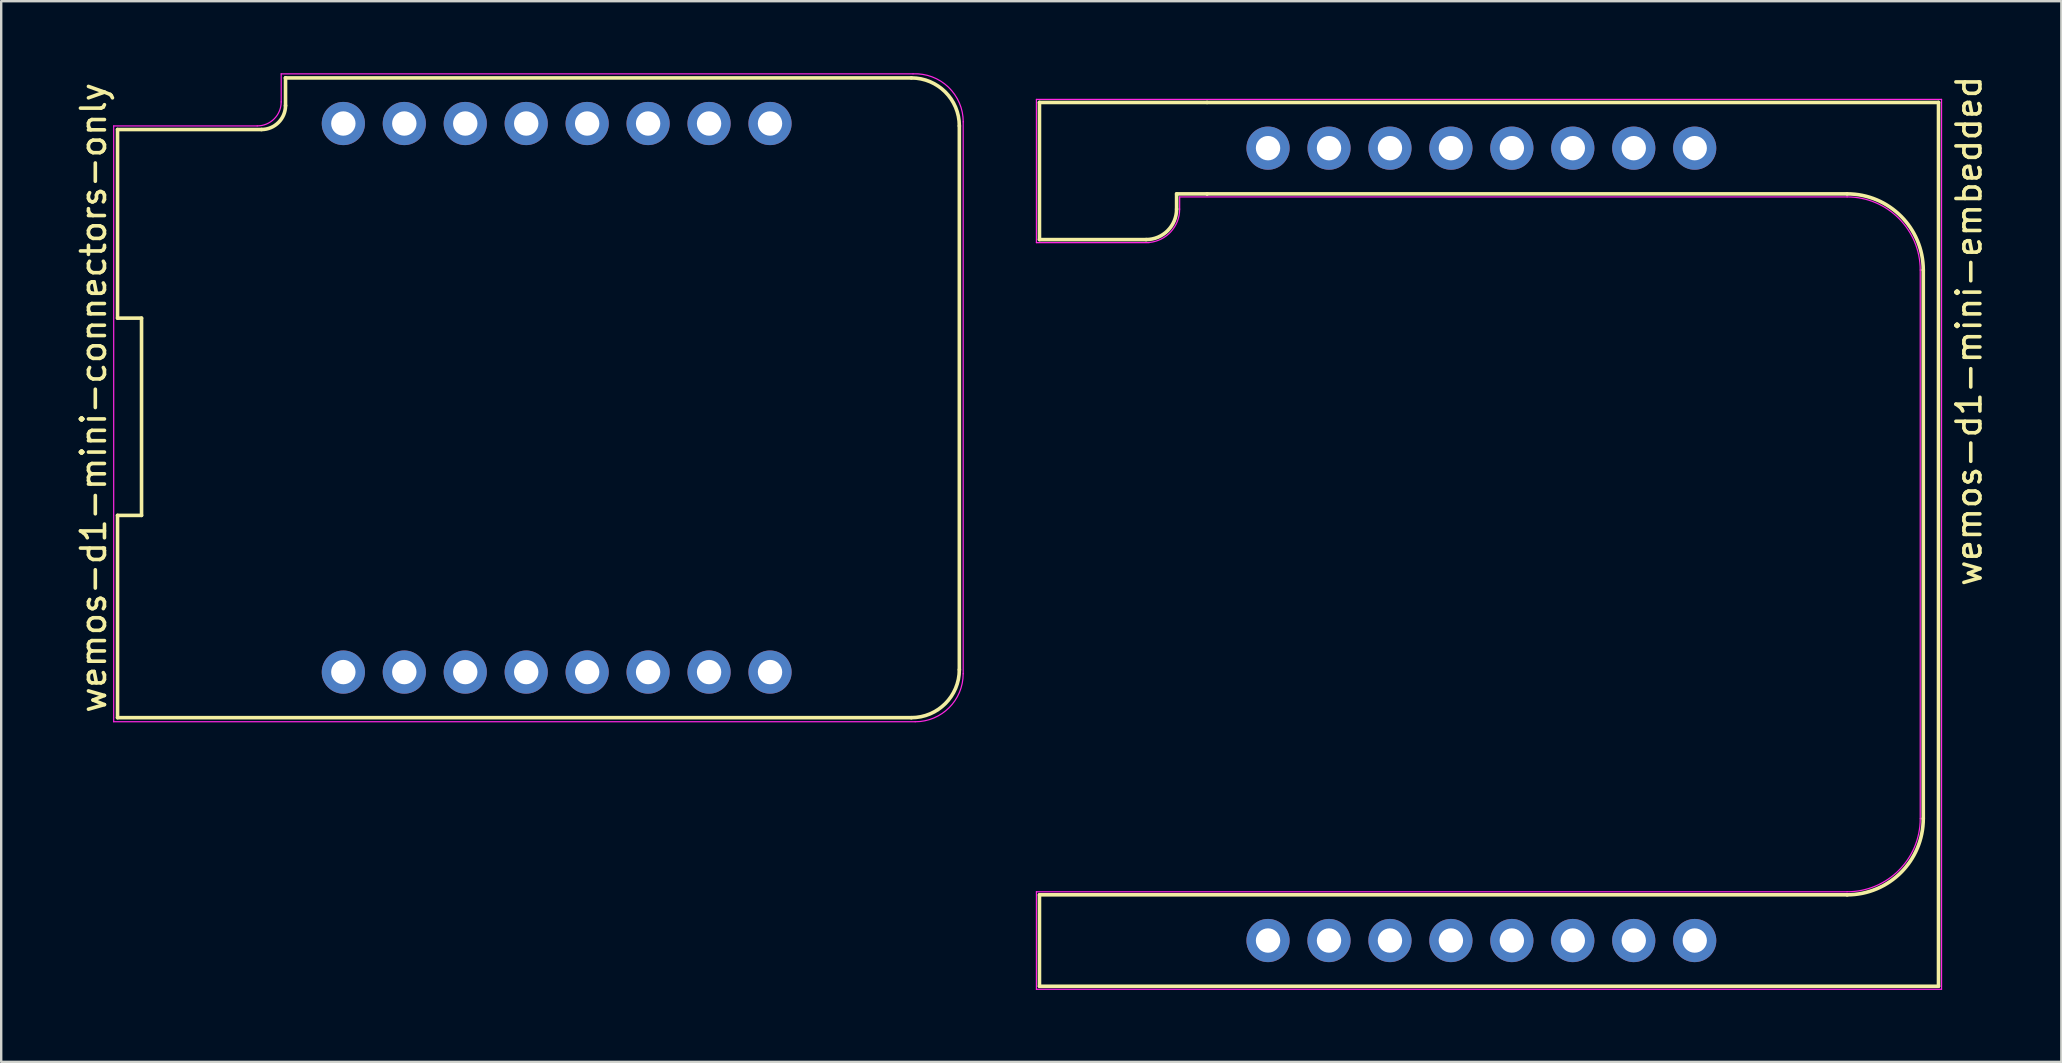
<source format=kicad_pcb>
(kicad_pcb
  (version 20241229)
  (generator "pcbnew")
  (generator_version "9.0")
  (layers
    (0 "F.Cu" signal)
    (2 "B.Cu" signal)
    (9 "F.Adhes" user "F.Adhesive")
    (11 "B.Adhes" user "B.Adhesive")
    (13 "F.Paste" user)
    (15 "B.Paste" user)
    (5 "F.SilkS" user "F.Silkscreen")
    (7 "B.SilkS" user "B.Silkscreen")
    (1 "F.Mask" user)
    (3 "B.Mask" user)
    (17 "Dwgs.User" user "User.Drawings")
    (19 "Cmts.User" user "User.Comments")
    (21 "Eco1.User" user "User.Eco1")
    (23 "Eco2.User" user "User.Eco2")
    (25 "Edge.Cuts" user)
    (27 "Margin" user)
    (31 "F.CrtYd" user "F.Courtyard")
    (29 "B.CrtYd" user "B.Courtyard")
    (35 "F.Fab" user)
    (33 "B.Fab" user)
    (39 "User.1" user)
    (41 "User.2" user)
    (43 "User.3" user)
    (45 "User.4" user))
  (footprint "wemos-d1-mini-embedded"
    (layer "F.Cu")
    (at 58.682 19.634)
    (property "Reference" "wemos-d1-mini-embedded" (at 20.32 -8.89 90) (layer "F.SilkS") (effects (font (size 1 1) (thickness 0.15))))
    (attr through_hole)
    (fp_line (start -18.415 -18.415) (end -18.415 -12.7) (stroke (width 0.15) (type solid)) (layer "F.SilkS"))
    (fp_line (start -18.415 -12.7) (end -13.97 -12.7) (stroke (width 0.15) (type solid)) (layer "F.SilkS"))
    (fp_line (start -18.415 14.605) (end -18.415 18.415) (stroke (width 0.15) (type solid)) (layer "F.SilkS"))
    (fp_line (start -18.415 18.415) (end 19.05 18.415) (stroke (width 0.15) (type solid)) (layer "F.SilkS"))
    (fp_line (start -12.7 -14.605) (end -11.43 -14.605) (stroke (width 0.15) (type solid)) (layer "F.SilkS"))
    (fp_line (start -12.7 -13.97) (end -12.7 -14.605) (stroke (width 0.15) (type solid)) (layer "F.SilkS"))
    (fp_line (start -11.43 -18.415) (end -18.415 -18.415) (stroke (width 0.15) (type solid)) (layer "F.SilkS"))
    (fp_line (start -11.43 -14.605) (end -11.43 -14.605) (stroke (width 0.15) (type solid)) (layer "F.SilkS"))
    (fp_line (start -11.43 -14.605) (end 15.24 -14.605) (stroke (width 0.15) (type solid)) (layer "F.SilkS"))
    (fp_line (start 15.24 14.605) (end -18.415 14.605) (stroke (width 0.15) (type solid)) (layer "F.SilkS"))
    (fp_line (start 18.415 -11.43) (end 18.415 11.43) (stroke (width 0.15) (type solid)) (layer "F.SilkS"))
    (fp_line (start 19.05 -18.415) (end -11.43 -18.415) (stroke (width 0.15) (type solid)) (layer "F.SilkS"))
    (fp_line (start 19.05 18.415) (end 19.05 -18.415) (stroke (width 0.15) (type solid)) (layer "F.SilkS"))
    (fp_arc (start -12.7 -13.97) (mid -13.071974 -13.071974) (end -13.97 -12.7) (stroke (width 0.15) (type solid)) (layer "F.SilkS"))
    (fp_arc (start 15.24 -14.605) (mid 17.485064 -13.675064) (end 18.415 -11.43) (stroke (width 0.15) (type solid)) (layer "F.SilkS"))
    (fp_arc (start 18.415 11.43) (mid 17.485064 13.675064) (end 15.24 14.605) (stroke (width 0.15) (type solid)) (layer "F.SilkS"))
    (fp_line (start -18.542 -18.542) (end 19.177 -18.542) (stroke (width 0.05) (type solid)) (layer "F.CrtYd"))
    (fp_line (start -18.542 -12.573) (end -18.542 -18.542) (stroke (width 0.05) (type solid)) (layer "F.CrtYd"))
    (fp_line (start -18.542 14.478) (end 15.24 14.478) (stroke (width 0.05) (type solid)) (layer "F.CrtYd"))
    (fp_line (start -18.542 18.542) (end -18.542 14.478) (stroke (width 0.05) (type solid)) (layer "F.CrtYd"))
    (fp_line (start -13.843 -12.573) (end -18.542 -12.573) (stroke (width 0.05) (type solid)) (layer "F.CrtYd"))
    (fp_line (start -12.573 -14.478) (end -12.573 -13.97) (stroke (width 0.05) (type solid)) (layer "F.CrtYd"))
    (fp_line (start 15.24 -14.478) (end -12.573 -14.478) (stroke (width 0.05) (type solid)) (layer "F.CrtYd"))
    (fp_line (start 18.288 11.43) (end 18.288 -11.43) (stroke (width 0.05) (type solid)) (layer "F.CrtYd"))
    (fp_line (start 19.177 -18.542) (end 19.177 18.542) (stroke (width 0.05) (type solid)) (layer "F.CrtYd"))
    (fp_line (start 19.177 18.542) (end -18.542 18.542) (stroke (width 0.05) (type solid)) (layer "F.CrtYd"))
    (fp_arc (start -12.573 -13.97) (mid -12.934277 -13.03251) (end -13.83125 -12.579907) (stroke (width 0.05) (type solid)) (layer "F.CrtYd"))
    (fp_arc (start 15.24 -14.478) (mid 17.395261 -13.585261) (end 18.288 -11.43) (stroke (width 0.05) (type solid)) (layer "F.CrtYd"))
    (fp_arc (start 18.288 11.43) (mid 17.395261 13.585261) (end 15.24 14.478) (stroke (width 0.05) (type solid)) (layer "F.CrtYd"))
    (pad "1" thru_hole circle (at 8.89 -16.51) (size 1.8 1.8) (drill 1.016) (layers "*.Cu" "*.Mask"))
    (pad "2" thru_hole circle (at 6.35 -16.51) (size 1.8 1.8) (drill 1.016) (layers "*.Cu" "*.Mask"))
    (pad "3" thru_hole circle (at 3.81 -16.51) (size 1.8 1.8) (drill 1.016) (layers "*.Cu" "*.Mask"))
    (pad "4" thru_hole circle (at 1.27 -16.51) (size 1.8 1.8) (drill 1.016) (layers "*.Cu" "*.Mask"))
    (pad "5" thru_hole circle (at -1.27 -16.51) (size 1.8 1.8) (drill 1.016) (layers "*.Cu" "*.Mask"))
    (pad "6" thru_hole circle (at -3.81 -16.51) (size 1.8 1.8) (drill 1.016) (layers "*.Cu" "*.Mask"))
    (pad "7" thru_hole circle (at -6.35 -16.51) (size 1.8 1.8) (drill 1.016) (layers "*.Cu" "*.Mask"))
    (pad "8" thru_hole circle (at -8.89 -16.51) (size 1.8 1.8) (drill 1.016) (layers "*.Cu" "*.Mask"))
    (pad "9" thru_hole circle (at -8.89 16.51) (size 1.8 1.8) (drill 1.016) (layers "*.Cu" "*.Mask"))
    (pad "10" thru_hole circle (at -6.35 16.51) (size 1.8 1.8) (drill 1.016) (layers "*.Cu" "*.Mask"))
    (pad "11" thru_hole circle (at -3.81 16.51) (size 1.8 1.8) (drill 1.016) (layers "*.Cu" "*.Mask"))
    (pad "12" thru_hole circle (at -1.27 16.51) (size 1.8 1.8) (drill 1.016) (layers "*.Cu" "*.Mask"))
    (pad "13" thru_hole circle (at 1.27 16.51) (size 1.8 1.8) (drill 1.016) (layers "*.Cu" "*.Mask"))
    (pad "14" thru_hole circle (at 3.81 16.51) (size 1.8 1.8) (drill 1.016) (layers "*.Cu" "*.Mask"))
    (pad "15" thru_hole circle (at 6.35 16.51) (size 1.8 1.8) (drill 1.016) (layers "*.Cu" "*.Mask"))
    (pad "16" thru_hole circle (at 8.89 16.51) (size 1.8 1.8) (drill 1.016) (layers "*.Cu" "*.Mask")))
  (footprint "wemos-d1-mini-connectors-only"
    (layer "F.Cu")
    (at 20.148 13.527)
    (property "Reference" "wemos-d1-mini-connectors-only" (at -19.3 0 90) (layer "F.SilkS") (effects (font (size 1 1) (thickness 0.15))))
    (attr through_hole)
    (fp_line (start -18.3 -11.18) (end -18.3 -3.32) (stroke (width 0.15) (type solid)) (layer "F.SilkS"))
    (fp_line (start -18.3 -11.18) (end -12.3 -11.18) (stroke (width 0.15) (type solid)) (layer "F.SilkS"))
    (fp_line (start -18.3 -3.32) (end -17.3 -3.32) (stroke (width 0.15) (type solid)) (layer "F.SilkS"))
    (fp_line (start -18.3 4.9) (end -18.3 13.33) (stroke (width 0.15) (type solid)) (layer "F.SilkS"))
    (fp_line (start -18.3 13.33) (end 14.78 13.33) (stroke (width 0.15) (type solid)) (layer "F.SilkS"))
    (fp_line (start -17.3 -3.32) (end -17.3 4.9) (stroke (width 0.15) (type solid)) (layer "F.SilkS"))
    (fp_line (start -17.3 4.9) (end -18.3 4.9) (stroke (width 0.15) (type solid)) (layer "F.SilkS"))
    (fp_line (start -11.3 -13.33) (end -11.3 -13.33) (stroke (width 0.15) (type solid)) (layer "F.SilkS"))
    (fp_line (start -11.3 -12.17) (end -11.3 -13.33) (stroke (width 0.15) (type solid)) (layer "F.SilkS"))
    (fp_line (start 14.78 -13.33) (end -11.3 -13.33) (stroke (width 0.15) (type solid)) (layer "F.SilkS"))
    (fp_line (start 16.78 11.33) (end 16.78 -11.33) (stroke (width 0.15) (type solid)) (layer "F.SilkS"))
    (fp_arc (start -11.3 -12.18) (mid -11.592893 -11.472893) (end -12.3 -11.18) (stroke (width 0.15) (type solid)) (layer "F.SilkS"))
    (fp_arc (start 14.78 -13.33) (mid 16.194214 -12.744214) (end 16.78 -11.33) (stroke (width 0.15) (type solid)) (layer "F.SilkS"))
    (fp_arc (start 16.78 11.33) (mid 16.194214 12.744214) (end 14.78 13.33) (stroke (width 0.15) (type solid)) (layer "F.SilkS"))
    (fp_line (start -18.46 -11.33) (end -12.48 -11.33) (stroke (width 0.05) (type solid)) (layer "F.CrtYd"))
    (fp_line (start -18.46 13.5) (end -18.46 -11.33) (stroke (width 0.05) (type solid)) (layer "F.CrtYd"))
    (fp_line (start -11.48 -13.5) (end -11.48 -12.33) (stroke (width 0.05) (type solid)) (layer "F.CrtYd"))
    (fp_line (start -11.48 -13.5) (end 14.85 -13.5) (stroke (width 0.05) (type solid)) (layer "F.CrtYd"))
    (fp_line (start 14.94 13.5) (end -18.46 13.5) (stroke (width 0.05) (type solid)) (layer "F.CrtYd"))
    (fp_line (start 16.94 -11.5) (end 16.94 11.5) (stroke (width 0.05) (type solid)) (layer "F.CrtYd"))
    (fp_arc (start -11.48 -12.33) (mid -11.772893 -11.622893) (end -12.48 -11.33) (stroke (width 0.05) (type solid)) (layer "F.CrtYd"))
    (fp_arc (start 14.85 -13.5) (mid 16.323459 -12.947115) (end 16.942024 -11.5) (stroke (width 0.05) (type solid)) (layer "F.CrtYd"))
    (fp_arc (start 16.94 11.5) (mid 16.354214 12.914214) (end 14.94 13.5) (stroke (width 0.05) (type solid)) (layer "F.CrtYd"))
    (pad "1" thru_hole circle (at 8.89 -11.43) (size 1.8 1.8) (drill 1.016) (layers "*.Cu" "*.Mask"))
    (pad "2" thru_hole circle (at 6.35 -11.43) (size 1.8 1.8) (drill 1.016) (layers "*.Cu" "*.Mask"))
    (pad "3" thru_hole circle (at 3.81 -11.43) (size 1.8 1.8) (drill 1.016) (layers "*.Cu" "*.Mask"))
    (pad "4" thru_hole circle (at 1.27 -11.43) (size 1.8 1.8) (drill 1.016) (layers "*.Cu" "*.Mask"))
    (pad "5" thru_hole circle (at -1.27 -11.43) (size 1.8 1.8) (drill 1.016) (layers "*.Cu" "*.Mask"))
    (pad "6" thru_hole circle (at -3.81 -11.43) (size 1.8 1.8) (drill 1.016) (layers "*.Cu" "*.Mask"))
    (pad "7" thru_hole circle (at -6.35 -11.43) (size 1.8 1.8) (drill 1.016) (layers "*.Cu" "*.Mask"))
    (pad "8" thru_hole circle (at -8.89 -11.43) (size 1.8 1.8) (drill 1.016) (layers "*.Cu" "*.Mask"))
    (pad "9" thru_hole circle (at -8.89 11.43) (size 1.8 1.8) (drill 1.016) (layers "*.Cu" "*.Mask"))
    (pad "10" thru_hole circle (at -6.35 11.43) (size 1.8 1.8) (drill 1.016) (layers "*.Cu" "*.Mask"))
    (pad "11" thru_hole circle (at -3.81 11.43) (size 1.8 1.8) (drill 1.016) (layers "*.Cu" "*.Mask"))
    (pad "12" thru_hole circle (at -1.27 11.43) (size 1.8 1.8) (drill 1.016) (layers "*.Cu" "*.Mask"))
    (pad "13" thru_hole circle (at 1.27 11.43) (size 1.8 1.8) (drill 1.016) (layers "*.Cu" "*.Mask"))
    (pad "14" thru_hole circle (at 3.81 11.43) (size 1.8 1.8) (drill 1.016) (layers "*.Cu" "*.Mask"))
    (pad "15" thru_hole circle (at 6.35 11.43) (size 1.8 1.8) (drill 1.016) (layers "*.Cu" "*.Mask"))
    (pad "16" thru_hole circle (at 8.89 11.43) (size 1.8 1.8) (drill 1.016) (layers "*.Cu" "*.Mask")))
  (gr_rect
    (start -3 -3)
    (end 82.851 41.201)
    (stroke (width 0.1) (type default))
    (fill no)
    (layer "Edge.Cuts")))
</source>
